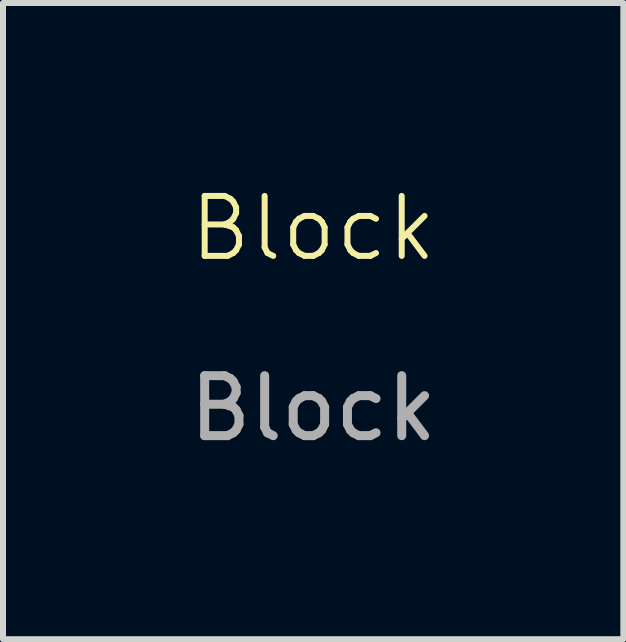
<source format=kicad_pcb>
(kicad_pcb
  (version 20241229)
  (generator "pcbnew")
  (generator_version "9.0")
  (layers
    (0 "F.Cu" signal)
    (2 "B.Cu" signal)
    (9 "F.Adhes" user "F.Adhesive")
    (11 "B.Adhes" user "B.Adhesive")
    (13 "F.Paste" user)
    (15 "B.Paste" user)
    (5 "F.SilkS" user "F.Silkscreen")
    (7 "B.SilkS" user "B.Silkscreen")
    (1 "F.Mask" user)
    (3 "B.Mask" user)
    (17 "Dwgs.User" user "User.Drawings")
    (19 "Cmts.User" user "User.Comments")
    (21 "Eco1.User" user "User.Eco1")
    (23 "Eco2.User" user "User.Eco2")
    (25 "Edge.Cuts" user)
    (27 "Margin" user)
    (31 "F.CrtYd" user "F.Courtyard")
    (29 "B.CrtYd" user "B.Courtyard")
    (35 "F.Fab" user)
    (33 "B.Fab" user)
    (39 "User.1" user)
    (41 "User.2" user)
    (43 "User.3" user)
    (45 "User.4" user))
  (footprint "Block"
    (layer "F.Cu")
    (at 2.173 1.26)
    (property "Reference" "Block" (at 0 -0.5 0) (unlocked yes) (layer "F.SilkS") (effects (font (size 1 1) (thickness 0.1))))
    (attr through_hole)
    (fp_text user "${REFERENCE}" (at 0 2.5 0) (unlocked yes) (layer "F.Fab") (effects (font (size 1 1) (thickness 0.15)))))
  (gr_rect
    (start -3 -3)
    (end 7.345 7.609)
    (stroke (width 0.1) (type default))
    (fill no)
    (layer "Edge.Cuts")))
</source>
